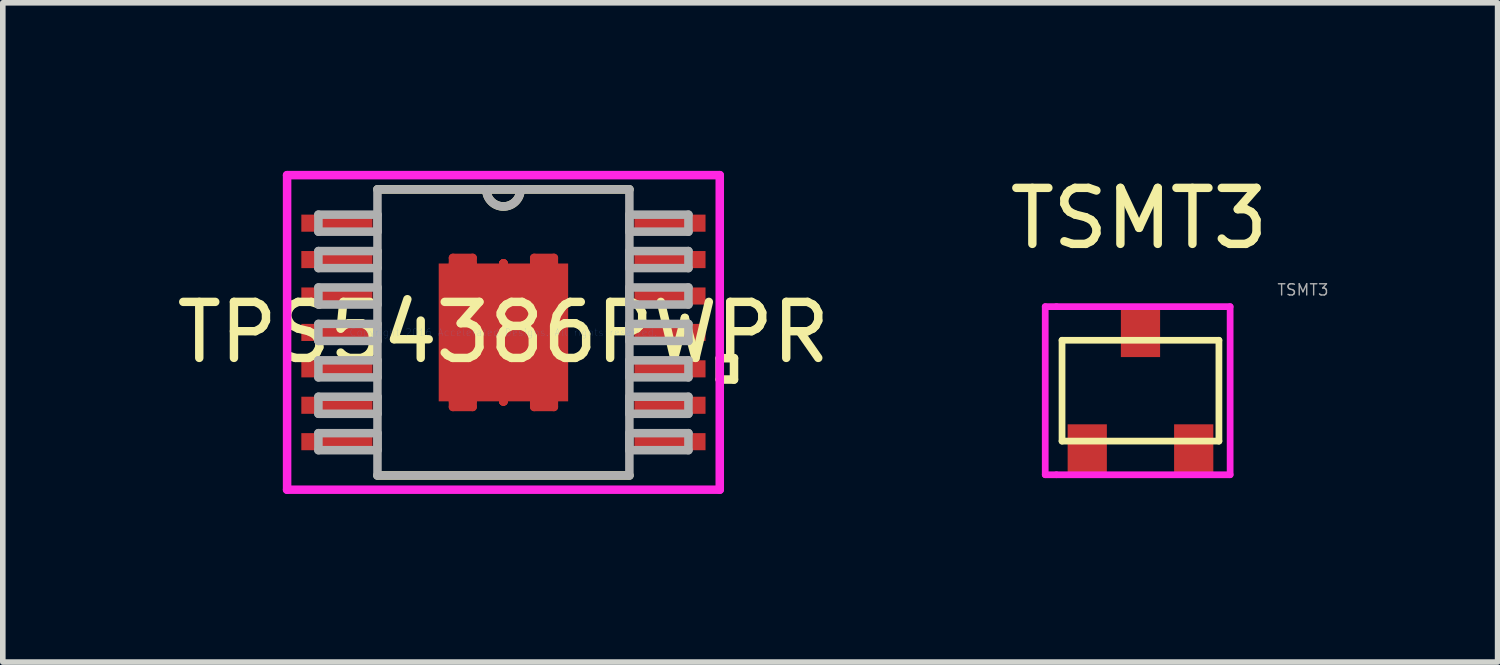
<source format=kicad_pcb>
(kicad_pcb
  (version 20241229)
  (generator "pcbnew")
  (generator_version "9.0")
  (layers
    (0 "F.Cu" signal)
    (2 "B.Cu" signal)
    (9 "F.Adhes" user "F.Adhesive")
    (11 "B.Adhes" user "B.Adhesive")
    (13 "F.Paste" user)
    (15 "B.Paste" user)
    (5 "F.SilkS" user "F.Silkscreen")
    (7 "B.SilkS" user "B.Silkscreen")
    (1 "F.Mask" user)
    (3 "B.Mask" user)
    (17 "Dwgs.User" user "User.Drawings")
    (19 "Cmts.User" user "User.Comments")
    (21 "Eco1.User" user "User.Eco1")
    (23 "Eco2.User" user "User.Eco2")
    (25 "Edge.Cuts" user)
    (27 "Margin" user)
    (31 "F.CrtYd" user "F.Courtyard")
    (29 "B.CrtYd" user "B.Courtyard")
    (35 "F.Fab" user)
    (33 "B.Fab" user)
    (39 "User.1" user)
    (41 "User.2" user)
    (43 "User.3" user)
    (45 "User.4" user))
  (footprint "TSMT3"
    (layer "F.Cu")
    (at 17.305 3.923)
    (property "Reference" "TSMT3" (at -0.025 -3.075 0) (layer "F.SilkS") (effects (font (size 1 1) (thickness 0.15))))
    (attr through_hole)
    (fp_line (start -1.4 -0.9) (end 1.4 -0.9) (stroke (width 0.12) (type solid)) (layer "F.SilkS"))
    (fp_line (start -1.4 0.9) (end -1.4 -0.9) (stroke (width 0.12) (type solid)) (layer "F.SilkS"))
    (fp_line (start 1.4 0.9) (end -1.4 0.9) (stroke (width 0.12) (type solid)) (layer "F.SilkS"))
    (fp_line (start 1.4 0.9) (end 1.4 -0.9) (stroke (width 0.12) (type solid)) (layer "F.SilkS"))
    (fp_line (start -1.7 -1.5) (end -1.5 -1.5) (stroke (width 0.12) (type solid)) (layer "F.CrtYd"))
    (fp_line (start -1.7 1.5) (end -1.7 -1.5) (stroke (width 0.12) (type solid)) (layer "F.CrtYd"))
    (fp_line (start -1.5 -1.5) (end 1.6 -1.5) (stroke (width 0.12) (type solid)) (layer "F.CrtYd"))
    (fp_line (start -1.5 1.5) (end -1.7 1.5) (stroke (width 0.12) (type solid)) (layer "F.CrtYd"))
    (fp_line (start 1.6 -1.5) (end 1.6 1.5) (stroke (width 0.12) (type solid)) (layer "F.CrtYd"))
    (fp_line (start 1.6 1.5) (end -1.5 1.5) (stroke (width 0.12) (type solid)) (layer "F.CrtYd"))
    (fp_text user "${REFERENCE}" (at 2.9 -1.8 0) (layer "F.Fab") (effects (font (size 0.2 0.2) (thickness 0.025))))
    (pad "1" smd rect (at -0.95 1.05) (size 0.7 0.9) (layers "F.Cu" "F.Mask" "F.Paste"))
    (pad "2" smd rect (at 0.95 1.05) (size 0.7 0.9) (layers "F.Cu" "F.Mask" "F.Paste"))
    (pad "3" smd rect (at 0 -1.05) (size 0.7 0.9) (layers "F.Cu" "F.Mask" "F.Paste")))
  (footprint "TPS54386PWPR"
    (layer "F.Cu")
    (at 5.935 2.883)
    (property "Reference" "TPS54386PWPR" (at 0 0 0) (layer "F.SilkS") (effects (font (size 1 1) (thickness 0.15))))
    (attr through_hole)
    (fp_line (start -0.9 -1.33) (end -0.9 -1.23) (stroke (width 0.152) (type solid)) (layer "F.Cu"))
    (fp_line (start -0.9 -1.23) (end -0.55 -1.23) (stroke (width 0.152) (type solid)) (layer "F.Cu"))
    (fp_line (start -0.9 1.23) (end -0.55 1.23) (stroke (width 0.152) (type solid)) (layer "F.Cu"))
    (fp_line (start -0.9 1.33) (end -0.9 1.23) (stroke (width 0.152) (type solid)) (layer "F.Cu"))
    (fp_line (start -0.55 -1.33) (end -0.9 -1.33) (stroke (width 0.152) (type solid)) (layer "F.Cu"))
    (fp_line (start -0.55 -1.23) (end -0.55 -1.33) (stroke (width 0.152) (type solid)) (layer "F.Cu"))
    (fp_line (start -0.55 1.23) (end -0.55 1.33) (stroke (width 0.152) (type solid)) (layer "F.Cu"))
    (fp_line (start -0.55 1.33) (end -0.9 1.33) (stroke (width 0.152) (type solid)) (layer "F.Cu"))
    (fp_line (start 0 -1.23) (end 0 -1.23) (stroke (width 0.152) (type solid)) (layer "F.Cu"))
    (fp_line (start 0 -1.23) (end 0 -1.23) (stroke (width 0.152) (type solid)) (layer "F.Cu"))
    (fp_line (start 0 -1.23) (end 0 -1.23) (stroke (width 0.152) (type solid)) (layer "F.Cu"))
    (fp_line (start 0 -1.23) (end 0 -1.23) (stroke (width 0.152) (type solid)) (layer "F.Cu"))
    (fp_line (start 0 -1.23) (end 0 -1.23) (stroke (width 0.152) (type solid)) (layer "F.Cu"))
    (fp_line (start 0 -1.23) (end 0 -1.23) (stroke (width 0.152) (type solid)) (layer "F.Cu"))
    (fp_line (start 0 -1.23) (end 0 -1.23) (stroke (width 0.152) (type solid)) (layer "F.Cu"))
    (fp_line (start 0 -1.23) (end 0 -1.23) (stroke (width 0.152) (type solid)) (layer "F.Cu"))
    (fp_line (start 0 1.23) (end 0 1.23) (stroke (width 0.152) (type solid)) (layer "F.Cu"))
    (fp_line (start 0 1.23) (end 0 1.23) (stroke (width 0.152) (type solid)) (layer "F.Cu"))
    (fp_line (start 0 1.23) (end 0 1.23) (stroke (width 0.152) (type solid)) (layer "F.Cu"))
    (fp_line (start 0 1.23) (end 0 1.23) (stroke (width 0.152) (type solid)) (layer "F.Cu"))
    (fp_line (start 0 1.23) (end 0 1.23) (stroke (width 0.152) (type solid)) (layer "F.Cu"))
    (fp_line (start 0 1.23) (end 0 1.23) (stroke (width 0.152) (type solid)) (layer "F.Cu"))
    (fp_line (start 0 1.23) (end 0 1.23) (stroke (width 0.152) (type solid)) (layer "F.Cu"))
    (fp_line (start 0 1.23) (end 0 1.23) (stroke (width 0.152) (type solid)) (layer "F.Cu"))
    (fp_line (start 0.55 -1.33) (end 0.9 -1.33) (stroke (width 0.152) (type solid)) (layer "F.Cu"))
    (fp_line (start 0.55 -1.23) (end 0.55 -1.33) (stroke (width 0.152) (type solid)) (layer "F.Cu"))
    (fp_line (start 0.55 1.23) (end 0.55 1.33) (stroke (width 0.152) (type solid)) (layer "F.Cu"))
    (fp_line (start 0.55 1.33) (end 0.9 1.33) (stroke (width 0.152) (type solid)) (layer "F.Cu"))
    (fp_line (start 0.9 -1.33) (end 0.9 -1.23) (stroke (width 0.152) (type solid)) (layer "F.Cu"))
    (fp_line (start 0.9 -1.23) (end 0.55 -1.23) (stroke (width 0.152) (type solid)) (layer "F.Cu"))
    (fp_line (start 0.9 1.23) (end 0.55 1.23) (stroke (width 0.152) (type solid)) (layer "F.Cu"))
    (fp_line (start 0.9 1.33) (end 0.9 1.23) (stroke (width 0.152) (type solid)) (layer "F.Cu"))
    (fp_line (start -0.9 -1.33) (end -0.9 -1.23) (stroke (width 0.152) (type solid)) (layer "F.Mask"))
    (fp_line (start -0.9 -1.23) (end -0.55 -1.23) (stroke (width 0.152) (type solid)) (layer "F.Mask"))
    (fp_line (start -0.9 1.23) (end -0.55 1.23) (stroke (width 0.152) (type solid)) (layer "F.Mask"))
    (fp_line (start -0.9 1.33) (end -0.9 1.23) (stroke (width 0.152) (type solid)) (layer "F.Mask"))
    (fp_line (start -0.55 -1.33) (end -0.9 -1.33) (stroke (width 0.152) (type solid)) (layer "F.Mask"))
    (fp_line (start -0.55 -1.23) (end -0.55 -1.33) (stroke (width 0.152) (type solid)) (layer "F.Mask"))
    (fp_line (start -0.55 1.23) (end -0.55 1.33) (stroke (width 0.152) (type solid)) (layer "F.Mask"))
    (fp_line (start -0.55 1.33) (end -0.9 1.33) (stroke (width 0.152) (type solid)) (layer "F.Mask"))
    (fp_line (start 0 -1.23) (end 0 -1.23) (stroke (width 0.152) (type solid)) (layer "F.Mask"))
    (fp_line (start 0 -1.23) (end 0 -1.23) (stroke (width 0.152) (type solid)) (layer "F.Mask"))
    (fp_line (start 0 -1.23) (end 0 -1.23) (stroke (width 0.152) (type solid)) (layer "F.Mask"))
    (fp_line (start 0 -1.23) (end 0 -1.23) (stroke (width 0.152) (type solid)) (layer "F.Mask"))
    (fp_line (start 0 -1.23) (end 0 -1.23) (stroke (width 0.152) (type solid)) (layer "F.Mask"))
    (fp_line (start 0 -1.23) (end 0 -1.23) (stroke (width 0.152) (type solid)) (layer "F.Mask"))
    (fp_line (start 0 -1.23) (end 0 -1.23) (stroke (width 0.152) (type solid)) (layer "F.Mask"))
    (fp_line (start 0 -1.23) (end 0 -1.23) (stroke (width 0.152) (type solid)) (layer "F.Mask"))
    (fp_line (start 0 1.23) (end 0 1.23) (stroke (width 0.152) (type solid)) (layer "F.Mask"))
    (fp_line (start 0 1.23) (end 0 1.23) (stroke (width 0.152) (type solid)) (layer "F.Mask"))
    (fp_line (start 0 1.23) (end 0 1.23) (stroke (width 0.152) (type solid)) (layer "F.Mask"))
    (fp_line (start 0 1.23) (end 0 1.23) (stroke (width 0.152) (type solid)) (layer "F.Mask"))
    (fp_line (start 0 1.23) (end 0 1.23) (stroke (width 0.152) (type solid)) (layer "F.Mask"))
    (fp_line (start 0 1.23) (end 0 1.23) (stroke (width 0.152) (type solid)) (layer "F.Mask"))
    (fp_line (start 0 1.23) (end 0 1.23) (stroke (width 0.152) (type solid)) (layer "F.Mask"))
    (fp_line (start 0 1.23) (end 0 1.23) (stroke (width 0.152) (type solid)) (layer "F.Mask"))
    (fp_line (start 0.55 -1.33) (end 0.9 -1.33) (stroke (width 0.152) (type solid)) (layer "F.Mask"))
    (fp_line (start 0.55 -1.23) (end 0.55 -1.33) (stroke (width 0.152) (type solid)) (layer "F.Mask"))
    (fp_line (start 0.55 1.23) (end 0.55 1.33) (stroke (width 0.152) (type solid)) (layer "F.Mask"))
    (fp_line (start 0.55 1.33) (end 0.9 1.33) (stroke (width 0.152) (type solid)) (layer "F.Mask"))
    (fp_line (start 0.9 -1.33) (end 0.9 -1.23) (stroke (width 0.152) (type solid)) (layer "F.Mask"))
    (fp_line (start 0.9 -1.23) (end 0.55 -1.23) (stroke (width 0.152) (type solid)) (layer "F.Mask"))
    (fp_line (start 0.9 1.23) (end 0.55 1.23) (stroke (width 0.152) (type solid)) (layer "F.Mask"))
    (fp_line (start 0.9 1.33) (end 0.9 1.23) (stroke (width 0.152) (type solid)) (layer "F.Mask"))
    (fp_line (start -2.248 2.553) (end 2.248 2.553) (stroke (width 0.152) (type solid)) (layer "F.SilkS"))
    (fp_line (start 2.248 -2.553) (end -2.248 -2.553) (stroke (width 0.152) (type solid)) (layer "F.SilkS"))
    (fp_line (start 3.861 0.46) (end 4.115 0.46) (stroke (width 0.152) (type solid)) (layer "F.SilkS"))
    (fp_line (start 3.861 0.841) (end 3.861 0.46) (stroke (width 0.152) (type solid)) (layer "F.SilkS"))
    (fp_line (start 4.115 0.46) (end 4.115 0.841) (stroke (width 0.152) (type solid)) (layer "F.SilkS"))
    (fp_line (start 4.115 0.841) (end 3.861 0.841) (stroke (width 0.152) (type solid)) (layer "F.SilkS"))
    (fp_arc (start 0.3048 -2.5527) (mid 0 -2.2479) (end -0.3048 -2.5527) (stroke (width 0.1524) (type solid)) (layer "F.SilkS"))
    (fp_line (start -3.861 -2.807) (end 3.861 -2.807) (stroke (width 0.152) (type solid)) (layer "F.CrtYd"))
    (fp_line (start -3.861 2.807) (end -3.861 -2.807) (stroke (width 0.152) (type solid)) (layer "F.CrtYd"))
    (fp_line (start 3.861 -2.807) (end 3.861 2.807) (stroke (width 0.152) (type solid)) (layer "F.CrtYd"))
    (fp_line (start 3.861 2.807) (end -3.861 2.807) (stroke (width 0.152) (type solid)) (layer "F.CrtYd"))
    (fp_line (start -3.302 -2.102) (end -3.302 -1.798) (stroke (width 0.152) (type solid)) (layer "F.Fab"))
    (fp_line (start -3.302 -1.798) (end -2.248 -1.798) (stroke (width 0.152) (type solid)) (layer "F.Fab"))
    (fp_line (start -3.302 -1.452) (end -3.302 -1.148) (stroke (width 0.152) (type solid)) (layer "F.Fab"))
    (fp_line (start -3.302 -1.148) (end -2.248 -1.148) (stroke (width 0.152) (type solid)) (layer "F.Fab"))
    (fp_line (start -3.302 -0.802) (end -3.302 -0.498) (stroke (width 0.152) (type solid)) (layer "F.Fab"))
    (fp_line (start -3.302 -0.498) (end -2.248 -0.498) (stroke (width 0.152) (type solid)) (layer "F.Fab"))
    (fp_line (start -3.302 -0.152) (end -3.302 0.152) (stroke (width 0.152) (type solid)) (layer "F.Fab"))
    (fp_line (start -3.302 0.152) (end -2.248 0.152) (stroke (width 0.152) (type solid)) (layer "F.Fab"))
    (fp_line (start -3.302 0.498) (end -3.302 0.802) (stroke (width 0.152) (type solid)) (layer "F.Fab"))
    (fp_line (start -3.302 0.802) (end -2.248 0.802) (stroke (width 0.152) (type solid)) (layer "F.Fab"))
    (fp_line (start -3.302 1.148) (end -3.302 1.452) (stroke (width 0.152) (type solid)) (layer "F.Fab"))
    (fp_line (start -3.302 1.452) (end -2.248 1.452) (stroke (width 0.152) (type solid)) (layer "F.Fab"))
    (fp_line (start -3.302 1.798) (end -3.302 2.102) (stroke (width 0.152) (type solid)) (layer "F.Fab"))
    (fp_line (start -3.302 2.102) (end -2.248 2.102) (stroke (width 0.152) (type solid)) (layer "F.Fab"))
    (fp_line (start -2.248 -2.553) (end -2.248 2.553) (stroke (width 0.152) (type solid)) (layer "F.Fab"))
    (fp_line (start -2.248 -2.102) (end -3.302 -2.102) (stroke (width 0.152) (type solid)) (layer "F.Fab"))
    (fp_line (start -2.248 -1.798) (end -2.248 -2.102) (stroke (width 0.152) (type solid)) (layer "F.Fab"))
    (fp_line (start -2.248 -1.452) (end -3.302 -1.452) (stroke (width 0.152) (type solid)) (layer "F.Fab"))
    (fp_line (start -2.248 -1.148) (end -2.248 -1.452) (stroke (width 0.152) (type solid)) (layer "F.Fab"))
    (fp_line (start -2.248 -0.802) (end -3.302 -0.802) (stroke (width 0.152) (type solid)) (layer "F.Fab"))
    (fp_line (start -2.248 -0.498) (end -2.248 -0.802) (stroke (width 0.152) (type solid)) (layer "F.Fab"))
    (fp_line (start -2.248 -0.152) (end -3.302 -0.152) (stroke (width 0.152) (type solid)) (layer "F.Fab"))
    (fp_line (start -2.248 0.152) (end -2.248 -0.152) (stroke (width 0.152) (type solid)) (layer "F.Fab"))
    (fp_line (start -2.248 0.498) (end -3.302 0.498) (stroke (width 0.152) (type solid)) (layer "F.Fab"))
    (fp_line (start -2.248 0.802) (end -2.248 0.498) (stroke (width 0.152) (type solid)) (layer "F.Fab"))
    (fp_line (start -2.248 1.148) (end -3.302 1.148) (stroke (width 0.152) (type solid)) (layer "F.Fab"))
    (fp_line (start -2.248 1.452) (end -2.248 1.148) (stroke (width 0.152) (type solid)) (layer "F.Fab"))
    (fp_line (start -2.248 1.798) (end -3.302 1.798) (stroke (width 0.152) (type solid)) (layer "F.Fab"))
    (fp_line (start -2.248 2.102) (end -2.248 1.798) (stroke (width 0.152) (type solid)) (layer "F.Fab"))
    (fp_line (start -2.248 2.553) (end 2.248 2.553) (stroke (width 0.152) (type solid)) (layer "F.Fab"))
    (fp_line (start 2.248 -2.553) (end -2.248 -2.553) (stroke (width 0.152) (type solid)) (layer "F.Fab"))
    (fp_line (start 2.248 -2.102) (end 2.248 -1.798) (stroke (width 0.152) (type solid)) (layer "F.Fab"))
    (fp_line (start 2.248 -1.798) (end 3.302 -1.798) (stroke (width 0.152) (type solid)) (layer "F.Fab"))
    (fp_line (start 2.248 -1.452) (end 2.248 -1.148) (stroke (width 0.152) (type solid)) (layer "F.Fab"))
    (fp_line (start 2.248 -1.148) (end 3.302 -1.148) (stroke (width 0.152) (type solid)) (layer "F.Fab"))
    (fp_line (start 2.248 -0.802) (end 2.248 -0.498) (stroke (width 0.152) (type solid)) (layer "F.Fab"))
    (fp_line (start 2.248 -0.498) (end 3.302 -0.498) (stroke (width 0.152) (type solid)) (layer "F.Fab"))
    (fp_line (start 2.248 -0.152) (end 2.248 0.152) (stroke (width 0.152) (type solid)) (layer "F.Fab"))
    (fp_line (start 2.248 0.152) (end 3.302 0.152) (stroke (width 0.152) (type solid)) (layer "F.Fab"))
    (fp_line (start 2.248 0.498) (end 2.248 0.802) (stroke (width 0.152) (type solid)) (layer "F.Fab"))
    (fp_line (start 2.248 0.802) (end 3.302 0.802) (stroke (width 0.152) (type solid)) (layer "F.Fab"))
    (fp_line (start 2.248 1.148) (end 2.248 1.452) (stroke (width 0.152) (type solid)) (layer "F.Fab"))
    (fp_line (start 2.248 1.452) (end 3.302 1.452) (stroke (width 0.152) (type solid)) (layer "F.Fab"))
    (fp_line (start 2.248 1.798) (end 2.248 2.102) (stroke (width 0.152) (type solid)) (layer "F.Fab"))
    (fp_line (start 2.248 2.102) (end 3.302 2.102) (stroke (width 0.152) (type solid)) (layer "F.Fab"))
    (fp_line (start 2.248 2.553) (end 2.248 -2.553) (stroke (width 0.152) (type solid)) (layer "F.Fab"))
    (fp_line (start 3.302 -2.102) (end 2.248 -2.102) (stroke (width 0.152) (type solid)) (layer "F.Fab"))
    (fp_line (start 3.302 -1.798) (end 3.302 -2.102) (stroke (width 0.152) (type solid)) (layer "F.Fab"))
    (fp_line (start 3.302 -1.452) (end 2.248 -1.452) (stroke (width 0.152) (type solid)) (layer "F.Fab"))
    (fp_line (start 3.302 -1.148) (end 3.302 -1.452) (stroke (width 0.152) (type solid)) (layer "F.Fab"))
    (fp_line (start 3.302 -0.802) (end 2.248 -0.802) (stroke (width 0.152) (type solid)) (layer "F.Fab"))
    (fp_line (start 3.302 -0.498) (end 3.302 -0.802) (stroke (width 0.152) (type solid)) (layer "F.Fab"))
    (fp_line (start 3.302 -0.152) (end 2.248 -0.152) (stroke (width 0.152) (type solid)) (layer "F.Fab"))
    (fp_line (start 3.302 0.152) (end 3.302 -0.152) (stroke (width 0.152) (type solid)) (layer "F.Fab"))
    (fp_line (start 3.302 0.498) (end 2.248 0.498) (stroke (width 0.152) (type solid)) (layer "F.Fab"))
    (fp_line (start 3.302 0.802) (end 3.302 0.498) (stroke (width 0.152) (type solid)) (layer "F.Fab"))
    (fp_line (start 3.302 1.148) (end 2.248 1.148) (stroke (width 0.152) (type solid)) (layer "F.Fab"))
    (fp_line (start 3.302 1.452) (end 3.302 1.148) (stroke (width 0.152) (type solid)) (layer "F.Fab"))
    (fp_line (start 3.302 1.798) (end 2.248 1.798) (stroke (width 0.152) (type solid)) (layer "F.Fab"))
    (fp_line (start 3.302 2.102) (end 3.302 1.798) (stroke (width 0.152) (type solid)) (layer "F.Fab"))
    (fp_arc (start 0.3048 -2.5527) (mid 0 -2.2479) (end -0.3048 -2.5527) (stroke (width 0.1524) (type solid)) (layer "F.Fab"))
    (fp_text user "Copyright 2016 Accelerated Designs. All rights reserved." (at 0 0 0) (layer "Cmts.User") (effects (font (size 0.127 0.127) (thickness 0.002))))
    (pad "1" smd rect (at -2.972 -1.95) (size 1.27 0.305) (layers "F.Cu" "F.Mask" "F.Paste"))
    (pad "2" smd rect (at -2.972 -1.3) (size 1.27 0.305) (layers "F.Cu" "F.Mask" "F.Paste"))
    (pad "3" smd rect (at -2.972 -0.65) (size 1.27 0.305) (layers "F.Cu" "F.Mask" "F.Paste"))
    (pad "4" smd rect (at -2.972 0) (size 1.27 0.305) (layers "F.Cu" "F.Mask" "F.Paste"))
    (pad "5" smd rect (at -2.972 0.65) (size 1.27 0.305) (layers "F.Cu" "F.Mask" "F.Paste"))
    (pad "6" smd rect (at -2.972 1.3) (size 1.27 0.305) (layers "F.Cu" "F.Mask" "F.Paste"))
    (pad "7" smd rect (at -2.972 1.95) (size 1.27 0.305) (layers "F.Cu" "F.Mask" "F.Paste"))
    (pad "8" smd rect (at 2.972 1.95) (size 1.27 0.305) (layers "F.Cu" "F.Mask" "F.Paste"))
    (pad "9" smd rect (at 2.972 1.3) (size 1.27 0.305) (layers "F.Cu" "F.Mask" "F.Paste"))
    (pad "10" smd rect (at 2.972 0.65) (size 1.27 0.305) (layers "F.Cu" "F.Mask" "F.Paste"))
    (pad "11" smd rect (at 2.972 0) (size 1.27 0.305) (layers "F.Cu" "F.Mask" "F.Paste"))
    (pad "12" smd rect (at 2.972 -0.65) (size 1.27 0.305) (layers "F.Cu" "F.Mask" "F.Paste"))
    (pad "13" smd rect (at 2.972 -1.3) (size 1.27 0.305) (layers "F.Cu" "F.Mask" "F.Paste"))
    (pad "14" smd rect (at 2.972 -1.95) (size 1.27 0.305) (layers "F.Cu" "F.Mask" "F.Paste"))
    (pad "15" smd rect (at 0 0) (size 2.31 2.46) (layers "F.Cu" "F.Mask" "F.Paste")))
  (gr_rect
    (start -3 -3)
    (end 23.679 8.766)
    (stroke (width 0.1) (type default))
    (fill no)
    (layer "Edge.Cuts")))
</source>
